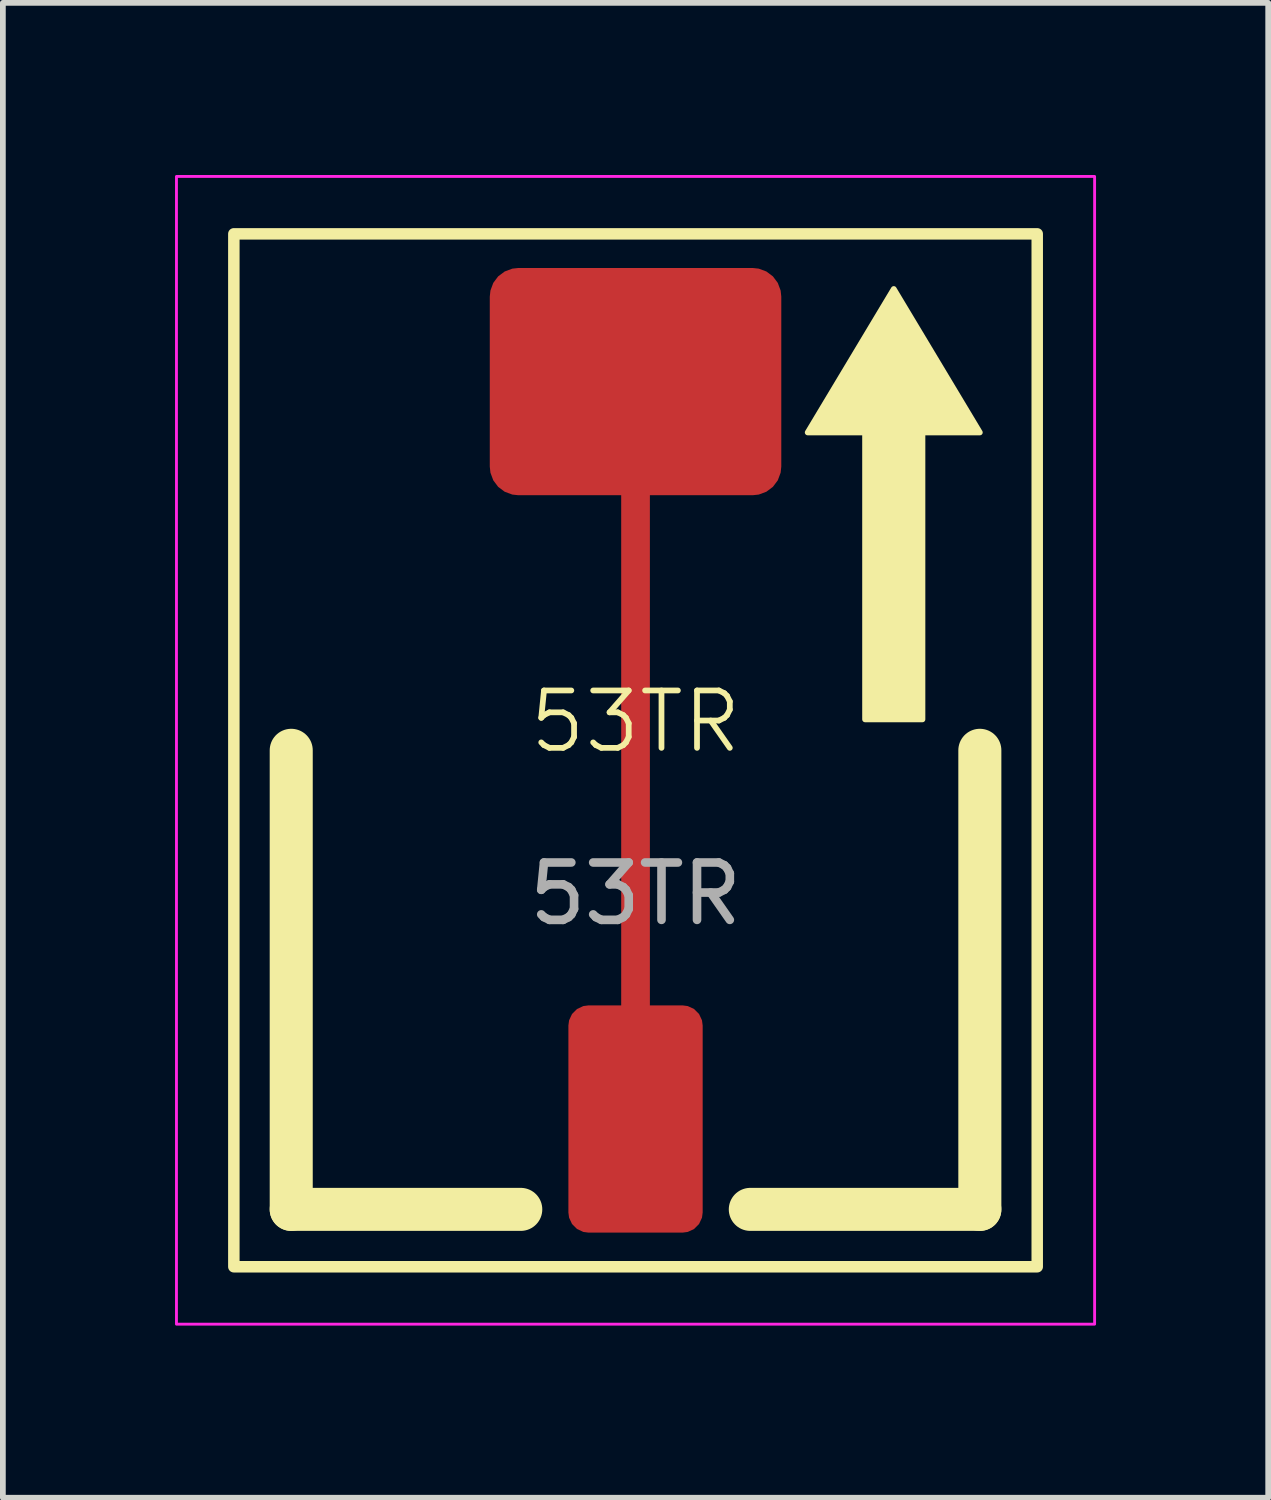
<source format=kicad_pcb>
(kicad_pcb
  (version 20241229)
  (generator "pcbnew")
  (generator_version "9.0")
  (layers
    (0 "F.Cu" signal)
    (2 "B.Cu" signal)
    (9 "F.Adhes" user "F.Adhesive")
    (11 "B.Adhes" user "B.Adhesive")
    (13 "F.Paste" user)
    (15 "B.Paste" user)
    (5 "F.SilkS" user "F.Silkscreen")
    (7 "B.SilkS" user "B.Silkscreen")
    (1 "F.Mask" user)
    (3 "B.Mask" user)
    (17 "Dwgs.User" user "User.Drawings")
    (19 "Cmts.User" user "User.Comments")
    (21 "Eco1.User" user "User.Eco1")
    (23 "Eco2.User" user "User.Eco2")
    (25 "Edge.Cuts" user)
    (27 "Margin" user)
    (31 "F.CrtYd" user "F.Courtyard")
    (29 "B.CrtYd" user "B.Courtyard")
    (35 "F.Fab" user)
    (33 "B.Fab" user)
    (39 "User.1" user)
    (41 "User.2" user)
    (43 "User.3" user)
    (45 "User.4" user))
  (footprint "53TR"
    (layer "F.Cu")
    (at 8.025 10.025)
    (property "Reference" "53TR" (at 0 -0.5 0) (unlocked yes) (layer "F.SilkS") (effects (font (size 1 1) (thickness 0.1))))
    (attr smd)
    (fp_line (start -6 0) (end -6 8) (stroke (width 0.75) (type solid)) (layer "F.SilkS"))
    (fp_line (start -6 8) (end -2 8) (stroke (width 0.75) (type solid)) (layer "F.SilkS"))
    (fp_line (start 2 8) (end 6 8) (stroke (width 0.75) (type solid)) (layer "F.SilkS"))
    (fp_line (start 6 8) (end 6 0) (stroke (width 0.75) (type solid)) (layer "F.SilkS"))
    (fp_rect (start -7 -9) (end 7 9) (stroke (width 0.2) (type solid)) (fill no) (layer "F.SilkS"))
    (fp_poly (pts (xy 3 -5.539) (xy 4.5 -8.039) (xy 6 -5.539) (xy 5 -5.539) (xy 5 -0.539) (xy 4 -0.539) (xy 4 -5.539)) (stroke (width 0.1) (type solid)) (fill yes) (layer "F.SilkS"))
    (fp_rect (start -8 -10) (end 8 10) (stroke (width 0.05) (type default)) (fill no) (layer "F.CrtYd"))
    (fp_text user "${REFERENCE}" (at 0 2.5 0) (unlocked yes) (layer "F.Fab") (effects (font (size 1 1) (thickness 0.15))))
    (pad "1" smd roundrect (at 0 -6.425) (size 5.08 3.96) (layers "F.Cu" "F.Mask" "F.Paste") (roundrect_rratio 0.126))
    (pad "1" smd rect (at 0 0) (size 0.5 9) (layers "F.Cu" "F.Mask" "F.Paste"))
    (pad "1" smd roundrect (at 0 6.425) (size 2.34 3.96) (layers "F.Cu" "F.Mask" "F.Paste") (roundrect_rratio 0.15)))
  (gr_rect
    (start -3 -3)
    (end 19.05 23.05)
    (stroke (width 0.1) (type default))
    (fill no)
    (layer "Edge.Cuts")))
</source>
